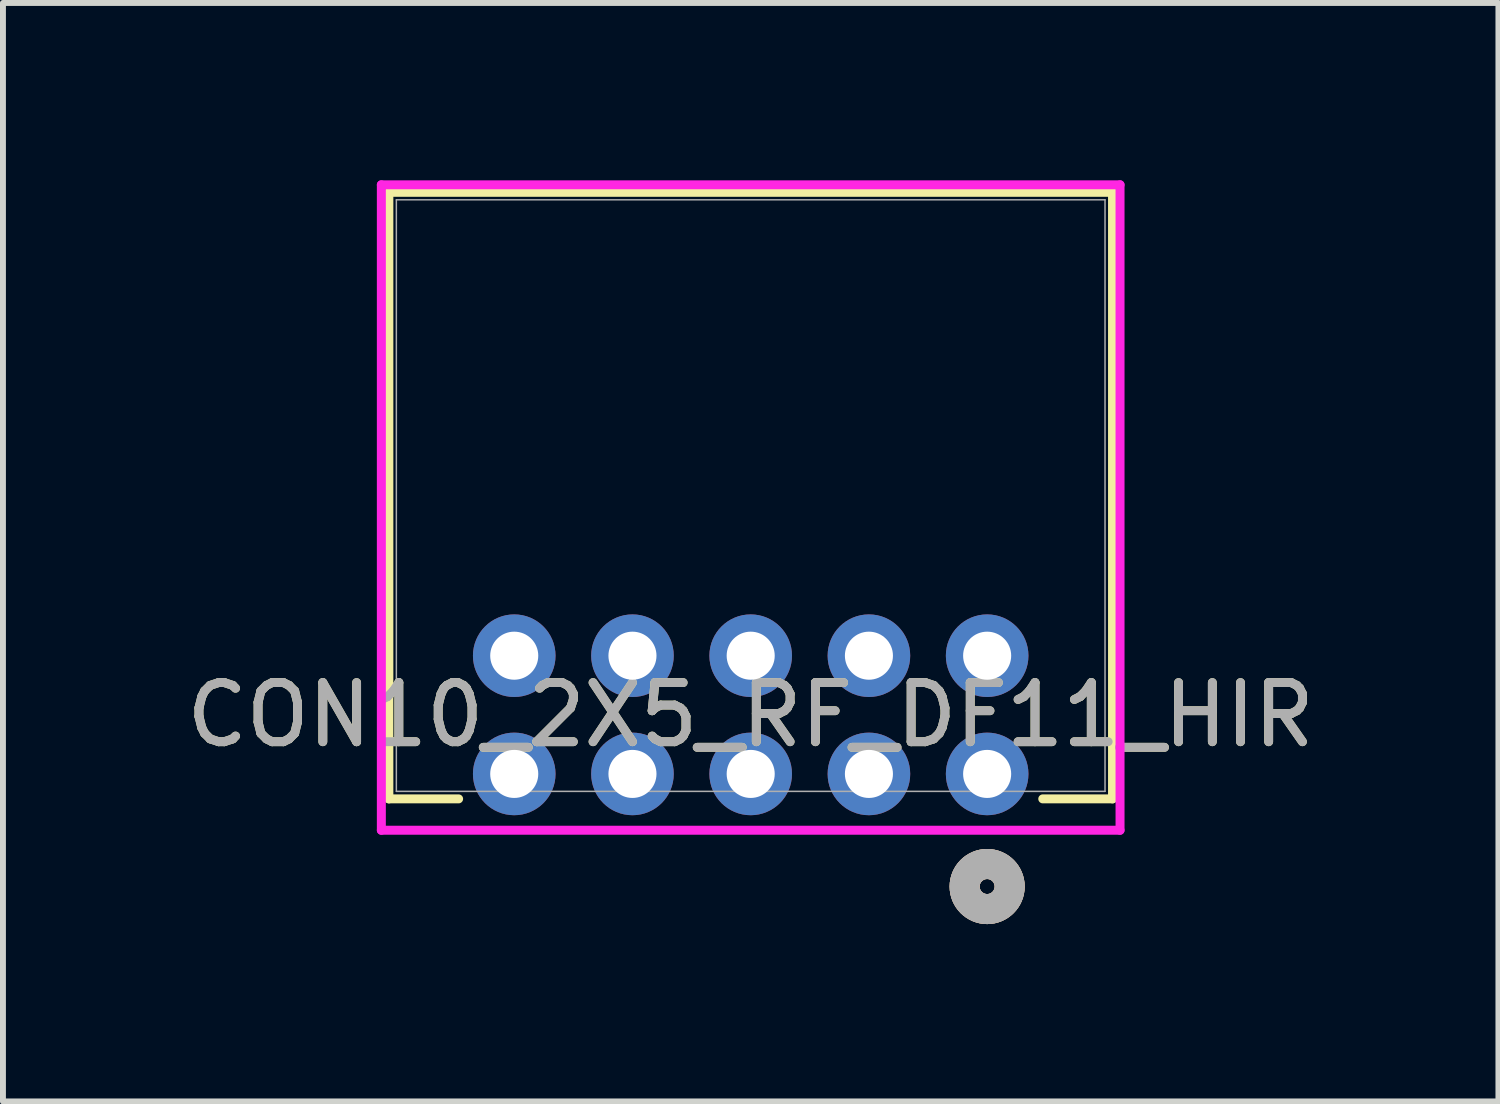
<source format=kicad_pcb>
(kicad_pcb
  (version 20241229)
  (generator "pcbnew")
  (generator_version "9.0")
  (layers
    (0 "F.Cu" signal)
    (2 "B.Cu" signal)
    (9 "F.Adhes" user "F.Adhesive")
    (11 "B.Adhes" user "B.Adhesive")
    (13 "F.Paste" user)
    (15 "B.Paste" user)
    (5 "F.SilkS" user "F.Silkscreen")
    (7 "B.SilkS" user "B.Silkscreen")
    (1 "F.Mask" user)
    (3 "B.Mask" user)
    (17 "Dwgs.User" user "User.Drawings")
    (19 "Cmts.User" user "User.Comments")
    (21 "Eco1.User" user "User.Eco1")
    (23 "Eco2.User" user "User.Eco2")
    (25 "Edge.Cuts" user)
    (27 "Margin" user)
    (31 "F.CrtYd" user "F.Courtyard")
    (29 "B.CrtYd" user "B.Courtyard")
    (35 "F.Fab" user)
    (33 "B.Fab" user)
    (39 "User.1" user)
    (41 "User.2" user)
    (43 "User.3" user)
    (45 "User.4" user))
  (footprint "CON10_2X5_RF_DF11_HIR"
    (layer "F.Cu")
    (at 13.649 10.042)
    (property "Reference" "CON10_2X5_RF_DF11_HIR" (at -4 -1 0) (unlocked yes) (layer "F.SilkS") (effects (font (size 1 1) (thickness 0.15))))
    (attr through_hole)
    (fp_line (start -10.121 -9.839) (end -10.121 0.422) (stroke (width 0.152) (type solid)) (layer "F.SilkS"))
    (fp_line (start -10.121 0.422) (end -8.941 0.422) (stroke (width 0.152) (type solid)) (layer "F.SilkS"))
    (fp_line (start 0.941 0.422) (end 2.121 0.422) (stroke (width 0.152) (type solid)) (layer "F.SilkS"))
    (fp_line (start 2.121 -9.839) (end -10.121 -9.839) (stroke (width 0.152) (type solid)) (layer "F.SilkS"))
    (fp_line (start 2.121 0.422) (end 2.121 -9.839) (stroke (width 0.152) (type solid)) (layer "F.SilkS"))
    (fp_circle (center 0 1.905) (end 0.381 1.905) (stroke (width 0.508) (type solid)) (fill no) (layer "F.SilkS"))
    (fp_circle (center 0 1.905) (end 0.381 1.905) (stroke (width 0.508) (type solid)) (fill no) (layer "B.SilkS"))
    (fp_line (start -10.248 -9.966) (end -10.248 0.953) (stroke (width 0.152) (type solid)) (layer "F.CrtYd"))
    (fp_line (start -10.248 0.953) (end 2.248 0.953) (stroke (width 0.152) (type solid)) (layer "F.CrtYd"))
    (fp_line (start 2.248 -9.966) (end -10.248 -9.966) (stroke (width 0.152) (type solid)) (layer "F.CrtYd"))
    (fp_line (start 2.248 0.953) (end 2.248 -9.966) (stroke (width 0.152) (type solid)) (layer "F.CrtYd"))
    (fp_line (start -9.994 -9.712) (end -9.994 0.295) (stroke (width 0.025) (type solid)) (layer "F.Fab"))
    (fp_line (start -9.994 0.295) (end 1.994 0.295) (stroke (width 0.025) (type solid)) (layer "F.Fab"))
    (fp_line (start 1.994 -9.712) (end -9.994 -9.712) (stroke (width 0.025) (type solid)) (layer "F.Fab"))
    (fp_line (start 1.994 0.295) (end 1.994 -9.712) (stroke (width 0.025) (type solid)) (layer "F.Fab"))
    (fp_circle (center 0 1.905) (end 0.381 1.905) (stroke (width 0.508) (type solid)) (fill no) (layer "F.Fab"))
    (fp_text user "${REFERENCE}" (at -4 -1 0) (unlocked yes) (layer "F.Fab") (effects (font (size 1 1) (thickness 0.15))))
    (pad "1" thru_hole circle (at 0 0) (size 1.397 1.397) (drill 0.813) (layers "*.Cu" "*.Mask"))
    (pad "2" thru_hole circle (at 0 -2) (size 1.397 1.397) (drill 0.813) (layers "*.Cu" "*.Mask"))
    (pad "3" thru_hole circle (at -2 0) (size 1.397 1.397) (drill 0.813) (layers "*.Cu" "*.Mask"))
    (pad "4" thru_hole circle (at -2 -2) (size 1.397 1.397) (drill 0.813) (layers "*.Cu" "*.Mask"))
    (pad "5" thru_hole circle (at -4 0) (size 1.397 1.397) (drill 0.813) (layers "*.Cu" "*.Mask"))
    (pad "6" thru_hole circle (at -4 -2) (size 1.397 1.397) (drill 0.813) (layers "*.Cu" "*.Mask"))
    (pad "7" thru_hole circle (at -6 0) (size 1.397 1.397) (drill 0.813) (layers "*.Cu" "*.Mask"))
    (pad "8" thru_hole circle (at -6 -2) (size 1.397 1.397) (drill 0.813) (layers "*.Cu" "*.Mask"))
    (pad "9" thru_hole circle (at -8 0) (size 1.397 1.397) (drill 0.813) (layers "*.Cu" "*.Mask"))
    (pad "10" thru_hole circle (at -8 -2) (size 1.397 1.397) (drill 0.813) (layers "*.Cu" "*.Mask")))
  (gr_rect
    (start -3 -3)
    (end 22.298 15.582)
    (stroke (width 0.1) (type default))
    (fill no)
    (layer "Edge.Cuts")))
</source>
